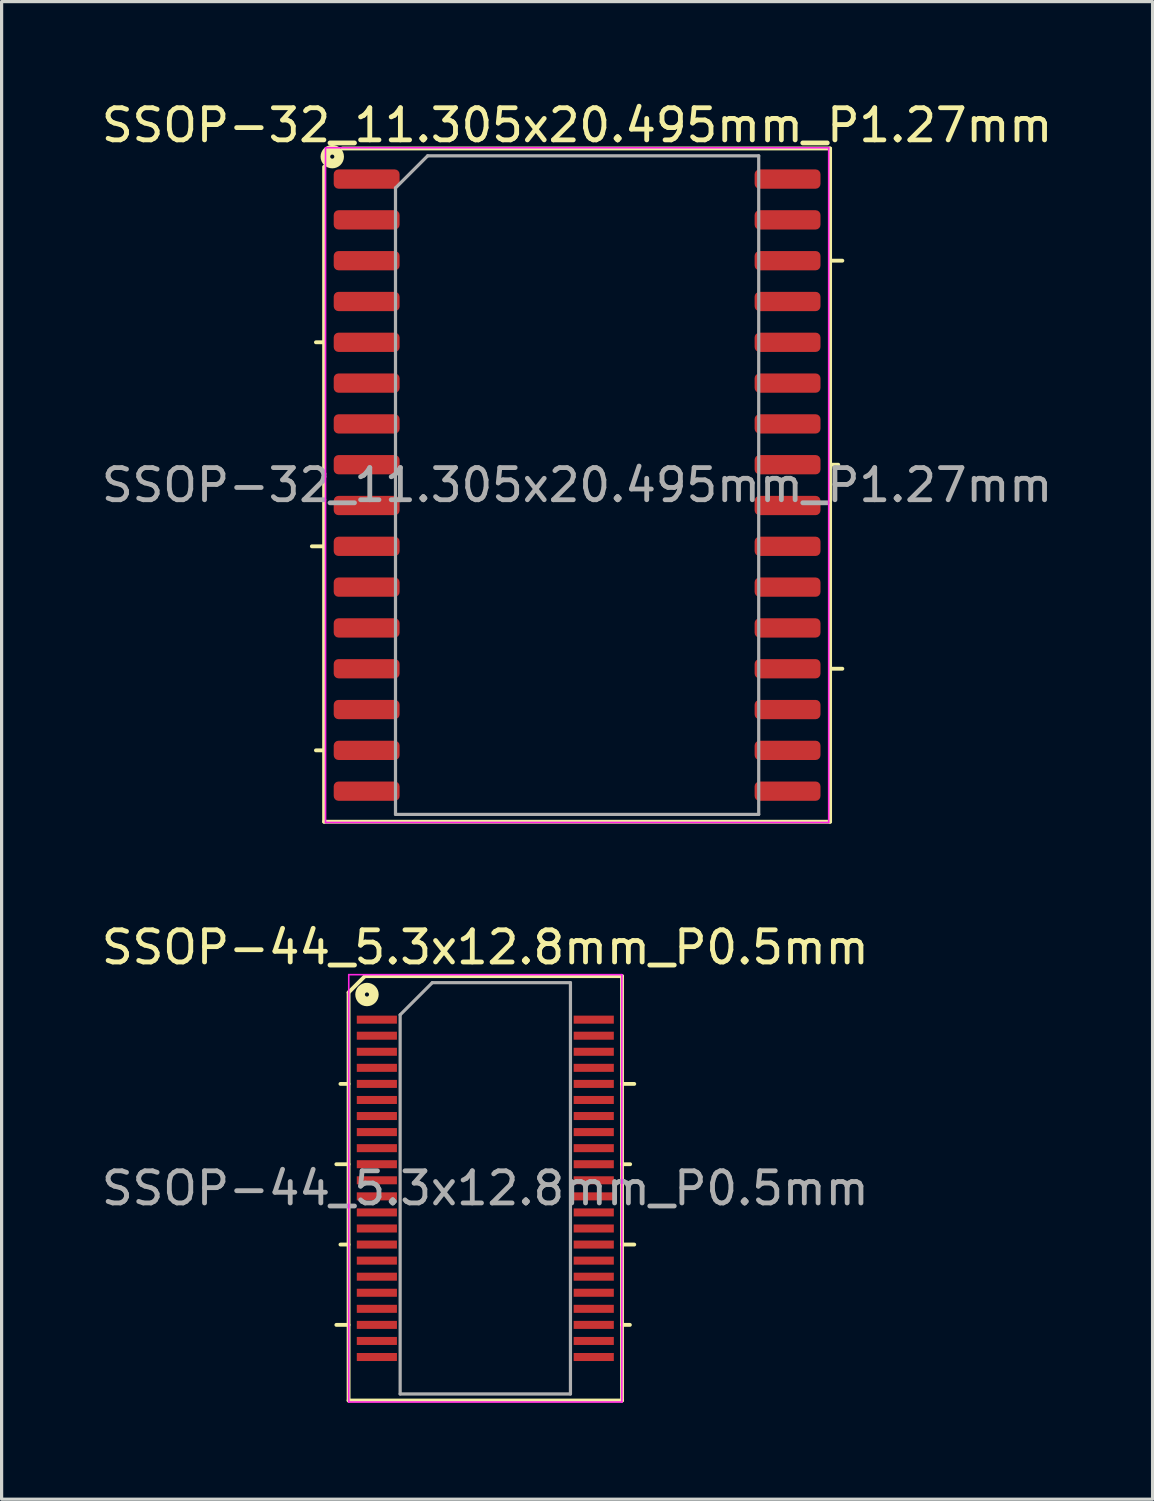
<source format=kicad_pcb>
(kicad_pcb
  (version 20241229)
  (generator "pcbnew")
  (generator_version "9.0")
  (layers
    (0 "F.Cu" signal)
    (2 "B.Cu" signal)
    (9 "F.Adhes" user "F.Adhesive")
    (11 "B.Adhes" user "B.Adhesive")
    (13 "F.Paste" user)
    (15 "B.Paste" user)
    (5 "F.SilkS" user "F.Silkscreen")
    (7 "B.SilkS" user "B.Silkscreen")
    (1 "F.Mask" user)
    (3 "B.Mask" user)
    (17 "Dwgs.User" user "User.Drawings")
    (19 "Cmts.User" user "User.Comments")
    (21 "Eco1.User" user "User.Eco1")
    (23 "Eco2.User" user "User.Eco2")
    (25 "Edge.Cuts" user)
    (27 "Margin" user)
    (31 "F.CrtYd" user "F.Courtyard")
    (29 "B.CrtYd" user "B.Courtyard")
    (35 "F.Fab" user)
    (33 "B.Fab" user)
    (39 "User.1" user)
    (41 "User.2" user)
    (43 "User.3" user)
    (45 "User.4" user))
  (footprint "SSOP-32_11.305x20.495mm_P1.27mm"
    (layer "F.Cu")
    (at 14.911 12.048)
    (property "Reference" "SSOP-32_11.305x20.495mm_P1.27mm" (at 0 -11.2 0) (layer "F.SilkS") (effects (font (size 1 1) (thickness 0.15))))
    (attr smd)
    (fp_line (start -7.874 -9.906) (end -7.874 10.477) (stroke (width 0.12) (type solid)) (layer "F.SilkS"))
    (fp_line (start -7.874 -4.445) (end -8.128 -4.445) (stroke (width 0.12) (type solid)) (layer "F.SilkS"))
    (fp_line (start -7.874 1.905) (end -8.255 1.905) (stroke (width 0.12) (type solid)) (layer "F.SilkS"))
    (fp_line (start -7.874 8.255) (end -8.128 8.255) (stroke (width 0.12) (type solid)) (layer "F.SilkS"))
    (fp_line (start -7.874 10.477) (end 7.874 10.477) (stroke (width 0.12) (type solid)) (layer "F.SilkS"))
    (fp_line (start 7.874 -10.477) (end -7.303 -10.477) (stroke (width 0.12) (type solid)) (layer "F.SilkS"))
    (fp_line (start 7.874 -6.985) (end 8.255 -6.985) (stroke (width 0.12) (type solid)) (layer "F.SilkS"))
    (fp_line (start 7.874 -0.635) (end 8.128 -0.635) (stroke (width 0.12) (type solid)) (layer "F.SilkS"))
    (fp_line (start 7.874 5.715) (end 8.255 5.715) (stroke (width 0.12) (type solid)) (layer "F.SilkS"))
    (fp_line (start 7.874 10.477) (end 7.874 -10.477) (stroke (width 0.12) (type solid)) (layer "F.SilkS"))
    (fp_circle (center -7.62 -10.223) (end -7.556 -10.223) (stroke (width 0.3) (type solid)) (fill no) (layer "F.SilkS"))
    (fp_line (start -7.83 -10.5) (end -7.83 10.5) (stroke (width 0.05) (type solid)) (layer "F.CrtYd"))
    (fp_line (start -7.83 10.5) (end 7.83 10.5) (stroke (width 0.05) (type solid)) (layer "F.CrtYd"))
    (fp_line (start 7.83 -10.5) (end -7.83 -10.5) (stroke (width 0.05) (type solid)) (layer "F.CrtYd"))
    (fp_line (start 7.83 10.5) (end 7.83 -10.5) (stroke (width 0.05) (type solid)) (layer "F.CrtYd"))
    (fp_line (start -5.652 -9.248) (end -4.652 -10.248) (stroke (width 0.1) (type solid)) (layer "F.Fab"))
    (fp_line (start -5.652 10.248) (end -5.652 -9.248) (stroke (width 0.1) (type solid)) (layer "F.Fab"))
    (fp_line (start -4.652 -10.248) (end 5.652 -10.248) (stroke (width 0.1) (type solid)) (layer "F.Fab"))
    (fp_line (start 5.652 -10.248) (end 5.652 10.248) (stroke (width 0.1) (type solid)) (layer "F.Fab"))
    (fp_line (start 5.652 10.248) (end -5.652 10.248) (stroke (width 0.1) (type solid)) (layer "F.Fab"))
    (fp_text user "${REFERENCE}" (at 0 0 0) (layer "F.Fab") (effects (font (size 1 1) (thickness 0.15))))
    (pad "1" smd roundrect (at -6.55 -9.525) (size 2.05 0.6) (layers "F.Cu" "F.Mask" "F.Paste") (roundrect_rratio 0.25))
    (pad "2" smd roundrect (at -6.55 -8.255) (size 2.05 0.6) (layers "F.Cu" "F.Mask" "F.Paste") (roundrect_rratio 0.25))
    (pad "3" smd roundrect (at -6.55 -6.985) (size 2.05 0.6) (layers "F.Cu" "F.Mask" "F.Paste") (roundrect_rratio 0.25))
    (pad "4" smd roundrect (at -6.55 -5.715) (size 2.05 0.6) (layers "F.Cu" "F.Mask" "F.Paste") (roundrect_rratio 0.25))
    (pad "5" smd roundrect (at -6.55 -4.445) (size 2.05 0.6) (layers "F.Cu" "F.Mask" "F.Paste") (roundrect_rratio 0.25))
    (pad "6" smd roundrect (at -6.55 -3.175) (size 2.05 0.6) (layers "F.Cu" "F.Mask" "F.Paste") (roundrect_rratio 0.25))
    (pad "7" smd roundrect (at -6.55 -1.905) (size 2.05 0.6) (layers "F.Cu" "F.Mask" "F.Paste") (roundrect_rratio 0.25))
    (pad "8" smd roundrect (at -6.55 -0.635) (size 2.05 0.6) (layers "F.Cu" "F.Mask" "F.Paste") (roundrect_rratio 0.25))
    (pad "9" smd roundrect (at -6.55 0.635) (size 2.05 0.6) (layers "F.Cu" "F.Mask" "F.Paste") (roundrect_rratio 0.25))
    (pad "10" smd roundrect (at -6.55 1.905) (size 2.05 0.6) (layers "F.Cu" "F.Mask" "F.Paste") (roundrect_rratio 0.25))
    (pad "11" smd roundrect (at -6.55 3.175) (size 2.05 0.6) (layers "F.Cu" "F.Mask" "F.Paste") (roundrect_rratio 0.25))
    (pad "12" smd roundrect (at -6.55 4.445) (size 2.05 0.6) (layers "F.Cu" "F.Mask" "F.Paste") (roundrect_rratio 0.25))
    (pad "13" smd roundrect (at -6.55 5.715) (size 2.05 0.6) (layers "F.Cu" "F.Mask" "F.Paste") (roundrect_rratio 0.25))
    (pad "14" smd roundrect (at -6.55 6.985) (size 2.05 0.6) (layers "F.Cu" "F.Mask" "F.Paste") (roundrect_rratio 0.25))
    (pad "15" smd roundrect (at -6.55 8.255) (size 2.05 0.6) (layers "F.Cu" "F.Mask" "F.Paste") (roundrect_rratio 0.25))
    (pad "16" smd roundrect (at -6.55 9.525) (size 2.05 0.6) (layers "F.Cu" "F.Mask" "F.Paste") (roundrect_rratio 0.25))
    (pad "17" smd roundrect (at 6.55 9.525) (size 2.05 0.6) (layers "F.Cu" "F.Mask" "F.Paste") (roundrect_rratio 0.25))
    (pad "18" smd roundrect (at 6.55 8.255) (size 2.05 0.6) (layers "F.Cu" "F.Mask" "F.Paste") (roundrect_rratio 0.25))
    (pad "19" smd roundrect (at 6.55 6.985) (size 2.05 0.6) (layers "F.Cu" "F.Mask" "F.Paste") (roundrect_rratio 0.25))
    (pad "20" smd roundrect (at 6.55 5.715) (size 2.05 0.6) (layers "F.Cu" "F.Mask" "F.Paste") (roundrect_rratio 0.25))
    (pad "21" smd roundrect (at 6.55 4.445) (size 2.05 0.6) (layers "F.Cu" "F.Mask" "F.Paste") (roundrect_rratio 0.25))
    (pad "22" smd roundrect (at 6.55 3.175) (size 2.05 0.6) (layers "F.Cu" "F.Mask" "F.Paste") (roundrect_rratio 0.25))
    (pad "23" smd roundrect (at 6.55 1.905) (size 2.05 0.6) (layers "F.Cu" "F.Mask" "F.Paste") (roundrect_rratio 0.25))
    (pad "24" smd roundrect (at 6.55 0.635) (size 2.05 0.6) (layers "F.Cu" "F.Mask" "F.Paste") (roundrect_rratio 0.25))
    (pad "25" smd roundrect (at 6.55 -0.635) (size 2.05 0.6) (layers "F.Cu" "F.Mask" "F.Paste") (roundrect_rratio 0.25))
    (pad "26" smd roundrect (at 6.55 -1.905) (size 2.05 0.6) (layers "F.Cu" "F.Mask" "F.Paste") (roundrect_rratio 0.25))
    (pad "27" smd roundrect (at 6.55 -3.175) (size 2.05 0.6) (layers "F.Cu" "F.Mask" "F.Paste") (roundrect_rratio 0.25))
    (pad "28" smd roundrect (at 6.55 -4.445) (size 2.05 0.6) (layers "F.Cu" "F.Mask" "F.Paste") (roundrect_rratio 0.25))
    (pad "29" smd roundrect (at 6.55 -5.715) (size 2.05 0.6) (layers "F.Cu" "F.Mask" "F.Paste") (roundrect_rratio 0.25))
    (pad "30" smd roundrect (at 6.55 -6.985) (size 2.05 0.6) (layers "F.Cu" "F.Mask" "F.Paste") (roundrect_rratio 0.25))
    (pad "31" smd roundrect (at 6.55 -8.255) (size 2.05 0.6) (layers "F.Cu" "F.Mask" "F.Paste") (roundrect_rratio 0.25))
    (pad "32" smd roundrect (at 6.55 -9.525) (size 2.05 0.6) (layers "F.Cu" "F.Mask" "F.Paste") (roundrect_rratio 0.25)))
  (footprint "SSOP-44_5.3x12.8mm_P0.5mm"
    (layer "F.Cu")
    (at 12.054 33.934)
    (property "Reference" "SSOP-44_5.3x12.8mm_P0.5mm" (at 0 -7.5 0) (layer "F.SilkS") (effects (font (size 1 1) (thickness 0.15))))
    (attr smd)
    (fp_line (start -4.636 -0.75) (end -4.255 -0.75) (stroke (width 0.12) (type solid)) (layer "F.SilkS"))
    (fp_line (start -4.636 4.25) (end -4.255 4.25) (stroke (width 0.12) (type solid)) (layer "F.SilkS"))
    (fp_line (start -4.508 -3.25) (end -4.255 -3.25) (stroke (width 0.12) (type solid)) (layer "F.SilkS"))
    (fp_line (start -4.508 1.75) (end -4.255 1.75) (stroke (width 0.12) (type solid)) (layer "F.SilkS"))
    (fp_line (start -4.255 -6.096) (end -4.255 6.604) (stroke (width 0.12) (type solid)) (layer "F.SilkS"))
    (fp_line (start -4.255 -6.096) (end -3.747 -6.604) (stroke (width 0.12) (type solid)) (layer "F.SilkS"))
    (fp_line (start -4.255 6.604) (end 4.255 6.604) (stroke (width 0.12) (type solid)) (layer "F.SilkS"))
    (fp_line (start 4.255 -6.604) (end -3.747 -6.604) (stroke (width 0.12) (type solid)) (layer "F.SilkS"))
    (fp_line (start 4.255 -3.25) (end 4.636 -3.25) (stroke (width 0.12) (type solid)) (layer "F.SilkS"))
    (fp_line (start 4.255 -0.75) (end 4.508 -0.75) (stroke (width 0.12) (type solid)) (layer "F.SilkS"))
    (fp_line (start 4.255 1.75) (end 4.636 1.75) (stroke (width 0.12) (type solid)) (layer "F.SilkS"))
    (fp_line (start 4.255 4.25) (end 4.5 4.25) (stroke (width 0.12) (type solid)) (layer "F.SilkS"))
    (fp_line (start 4.255 6.604) (end 4.255 -6.604) (stroke (width 0.12) (type solid)) (layer "F.SilkS"))
    (fp_circle (center -3.683 -6.032) (end -3.619 -6.032) (stroke (width 0.3) (type solid)) (fill no) (layer "F.SilkS"))
    (fp_line (start -4.25 -6.65) (end -4.25 6.65) (stroke (width 0.05) (type solid)) (layer "F.CrtYd"))
    (fp_line (start -4.25 -6.65) (end 4.25 -6.65) (stroke (width 0.05) (type solid)) (layer "F.CrtYd"))
    (fp_line (start -4.25 6.65) (end 4.25 6.65) (stroke (width 0.05) (type solid)) (layer "F.CrtYd"))
    (fp_line (start 4.25 -6.65) (end 4.25 6.65) (stroke (width 0.05) (type solid)) (layer "F.CrtYd"))
    (fp_line (start -2.65 -5.4) (end -1.65 -6.4) (stroke (width 0.1) (type solid)) (layer "F.Fab"))
    (fp_line (start -2.65 6.4) (end -2.65 -5.4) (stroke (width 0.1) (type solid)) (layer "F.Fab"))
    (fp_line (start -1.65 -6.4) (end 2.65 -6.4) (stroke (width 0.1) (type solid)) (layer "F.Fab"))
    (fp_line (start 2.65 -6.4) (end 2.65 6.4) (stroke (width 0.1) (type solid)) (layer "F.Fab"))
    (fp_line (start 2.65 6.4) (end -2.65 6.4) (stroke (width 0.1) (type solid)) (layer "F.Fab"))
    (fp_text user "${REFERENCE}" (at 0 0 0) (layer "F.Fab") (effects (font (size 1 1) (thickness 0.15))))
    (pad "1" smd rect (at -3.375 -5.25) (size 1.25 0.25) (layers "F.Cu" "F.Mask" "F.Paste"))
    (pad "2" smd rect (at -3.375 -4.75) (size 1.25 0.25) (layers "F.Cu" "F.Mask" "F.Paste"))
    (pad "3" smd rect (at -3.375 -4.25) (size 1.25 0.25) (layers "F.Cu" "F.Mask" "F.Paste"))
    (pad "4" smd rect (at -3.375 -3.75) (size 1.25 0.25) (layers "F.Cu" "F.Mask" "F.Paste"))
    (pad "5" smd rect (at -3.375 -3.25) (size 1.25 0.25) (layers "F.Cu" "F.Mask" "F.Paste"))
    (pad "6" smd rect (at -3.375 -2.75) (size 1.25 0.25) (layers "F.Cu" "F.Mask" "F.Paste"))
    (pad "7" smd rect (at -3.375 -2.25) (size 1.25 0.25) (layers "F.Cu" "F.Mask" "F.Paste"))
    (pad "8" smd rect (at -3.375 -1.75) (size 1.25 0.25) (layers "F.Cu" "F.Mask" "F.Paste"))
    (pad "9" smd rect (at -3.375 -1.25) (size 1.25 0.25) (layers "F.Cu" "F.Mask" "F.Paste"))
    (pad "10" smd rect (at -3.375 -0.75) (size 1.25 0.25) (layers "F.Cu" "F.Mask" "F.Paste"))
    (pad "11" smd rect (at -3.375 -0.25) (size 1.25 0.25) (layers "F.Cu" "F.Mask" "F.Paste"))
    (pad "12" smd rect (at -3.375 0.25) (size 1.25 0.25) (layers "F.Cu" "F.Mask" "F.Paste"))
    (pad "13" smd rect (at -3.375 0.75) (size 1.25 0.25) (layers "F.Cu" "F.Mask" "F.Paste"))
    (pad "14" smd rect (at -3.375 1.25) (size 1.25 0.25) (layers "F.Cu" "F.Mask" "F.Paste"))
    (pad "15" smd rect (at -3.375 1.75) (size 1.25 0.25) (layers "F.Cu" "F.Mask" "F.Paste"))
    (pad "16" smd rect (at -3.375 2.25) (size 1.25 0.25) (layers "F.Cu" "F.Mask" "F.Paste"))
    (pad "17" smd rect (at -3.375 2.75) (size 1.25 0.25) (layers "F.Cu" "F.Mask" "F.Paste"))
    (pad "18" smd rect (at -3.375 3.25) (size 1.25 0.25) (layers "F.Cu" "F.Mask" "F.Paste"))
    (pad "19" smd rect (at -3.375 3.75) (size 1.25 0.25) (layers "F.Cu" "F.Mask" "F.Paste"))
    (pad "20" smd rect (at -3.375 4.25) (size 1.25 0.25) (layers "F.Cu" "F.Mask" "F.Paste"))
    (pad "21" smd rect (at -3.375 4.75) (size 1.25 0.25) (layers "F.Cu" "F.Mask" "F.Paste"))
    (pad "22" smd rect (at -3.375 5.25) (size 1.25 0.25) (layers "F.Cu" "F.Mask" "F.Paste"))
    (pad "23" smd rect (at 3.375 5.25) (size 1.25 0.25) (layers "F.Cu" "F.Mask" "F.Paste"))
    (pad "24" smd rect (at 3.375 4.75) (size 1.25 0.25) (layers "F.Cu" "F.Mask" "F.Paste"))
    (pad "25" smd rect (at 3.375 4.25) (size 1.25 0.25) (layers "F.Cu" "F.Mask" "F.Paste"))
    (pad "26" smd rect (at 3.375 3.75) (size 1.25 0.25) (layers "F.Cu" "F.Mask" "F.Paste"))
    (pad "27" smd rect (at 3.375 3.25) (size 1.25 0.25) (layers "F.Cu" "F.Mask" "F.Paste"))
    (pad "28" smd rect (at 3.375 2.75) (size 1.25 0.25) (layers "F.Cu" "F.Mask" "F.Paste"))
    (pad "29" smd rect (at 3.375 2.25) (size 1.25 0.25) (layers "F.Cu" "F.Mask" "F.Paste"))
    (pad "30" smd rect (at 3.375 1.75) (size 1.25 0.25) (layers "F.Cu" "F.Mask" "F.Paste"))
    (pad "31" smd rect (at 3.375 1.25) (size 1.25 0.25) (layers "F.Cu" "F.Mask" "F.Paste"))
    (pad "32" smd rect (at 3.375 0.75) (size 1.25 0.25) (layers "F.Cu" "F.Mask" "F.Paste"))
    (pad "33" smd rect (at 3.375 0.25) (size 1.25 0.25) (layers "F.Cu" "F.Mask" "F.Paste"))
    (pad "34" smd rect (at 3.375 -0.25) (size 1.25 0.25) (layers "F.Cu" "F.Mask" "F.Paste"))
    (pad "35" smd rect (at 3.375 -0.75) (size 1.25 0.25) (layers "F.Cu" "F.Mask" "F.Paste"))
    (pad "36" smd rect (at 3.375 -1.25) (size 1.25 0.25) (layers "F.Cu" "F.Mask" "F.Paste"))
    (pad "37" smd rect (at 3.375 -1.75) (size 1.25 0.25) (layers "F.Cu" "F.Mask" "F.Paste"))
    (pad "38" smd rect (at 3.375 -2.25) (size 1.25 0.25) (layers "F.Cu" "F.Mask" "F.Paste"))
    (pad "39" smd rect (at 3.375 -2.75) (size 1.25 0.25) (layers "F.Cu" "F.Mask" "F.Paste"))
    (pad "40" smd rect (at 3.375 -3.25) (size 1.25 0.25) (layers "F.Cu" "F.Mask" "F.Paste"))
    (pad "41" smd rect (at 3.375 -3.75) (size 1.25 0.25) (layers "F.Cu" "F.Mask" "F.Paste"))
    (pad "42" smd rect (at 3.375 -4.25) (size 1.25 0.25) (layers "F.Cu" "F.Mask" "F.Paste"))
    (pad "43" smd rect (at 3.375 -4.75) (size 1.25 0.25) (layers "F.Cu" "F.Mask" "F.Paste"))
    (pad "44" smd rect (at 3.375 -5.25) (size 1.25 0.25) (layers "F.Cu" "F.Mask" "F.Paste")))
  (gr_rect
    (start -3 -3)
    (end 32.821 43.609)
    (stroke (width 0.1) (type default))
    (fill no)
    (layer "Edge.Cuts")))
</source>
